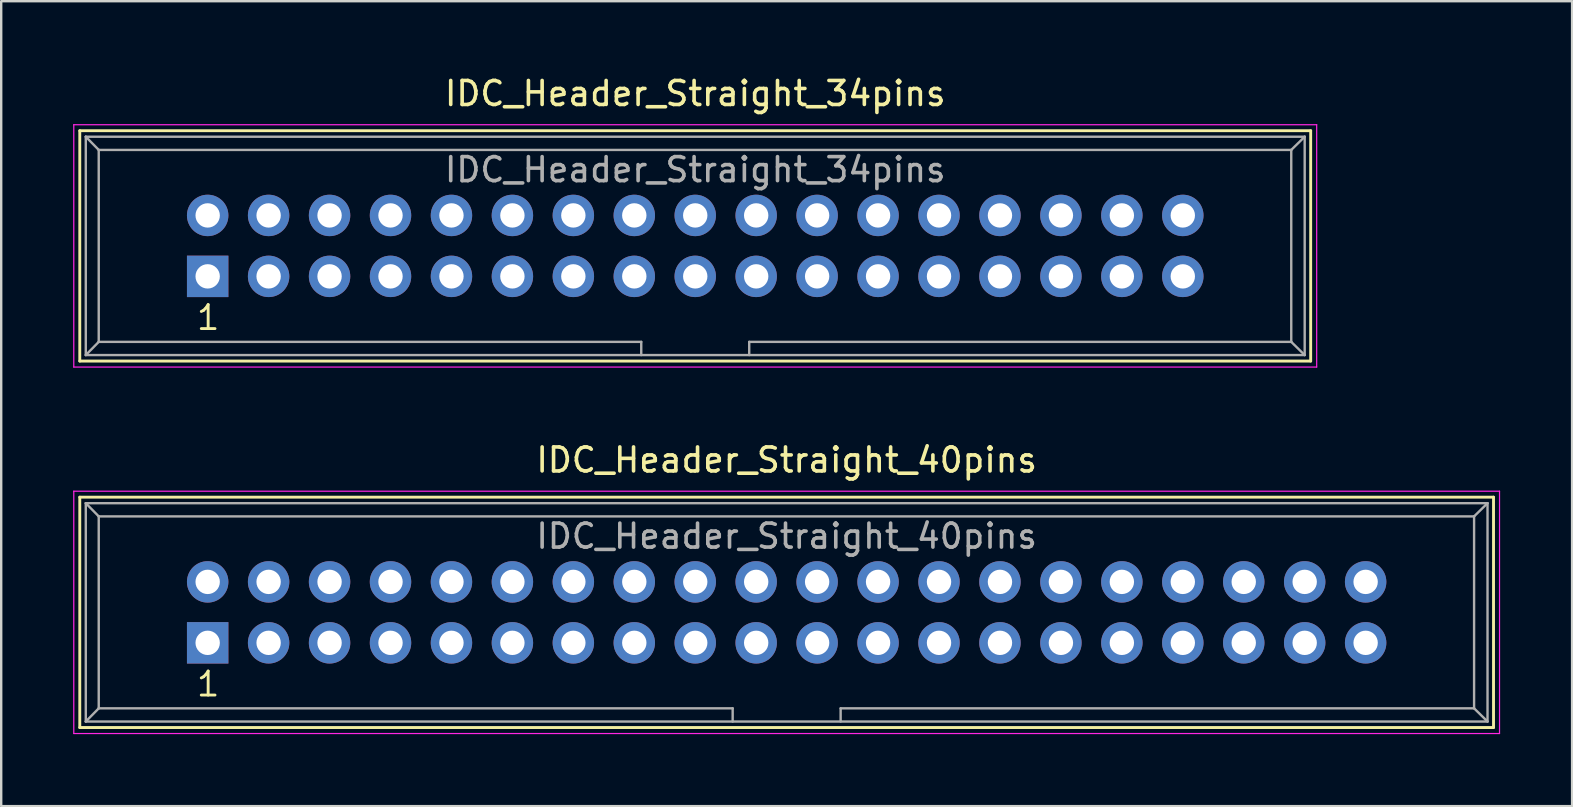
<source format=kicad_pcb>
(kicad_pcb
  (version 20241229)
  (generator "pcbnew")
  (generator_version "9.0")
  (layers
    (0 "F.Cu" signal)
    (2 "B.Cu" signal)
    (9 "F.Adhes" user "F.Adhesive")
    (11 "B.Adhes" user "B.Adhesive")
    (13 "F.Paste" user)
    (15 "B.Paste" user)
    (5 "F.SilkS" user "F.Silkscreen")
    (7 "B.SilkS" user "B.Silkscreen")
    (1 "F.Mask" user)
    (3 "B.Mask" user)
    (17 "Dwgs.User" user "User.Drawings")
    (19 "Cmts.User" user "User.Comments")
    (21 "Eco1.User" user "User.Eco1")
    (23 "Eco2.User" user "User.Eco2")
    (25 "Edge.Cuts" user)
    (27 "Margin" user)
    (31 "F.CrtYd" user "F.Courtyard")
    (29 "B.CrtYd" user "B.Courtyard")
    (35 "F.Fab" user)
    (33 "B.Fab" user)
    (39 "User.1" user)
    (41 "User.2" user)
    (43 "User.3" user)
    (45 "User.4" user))
  (footprint "IDC_Header_Straight_40pins"
    (layer "F.Cu")
    (at 5.605 23.741)
    (property "Reference" "IDC_Header_Straight_40pins" (at 24.13 -7.62 0) (layer "F.SilkS") (effects (font (size 1 1) (thickness 0.15))))
    (attr through_hole)
    (fp_line (start -5.33 -6.07) (end 53.59 -6.07) (stroke (width 0.12) (type solid)) (layer "F.SilkS"))
    (fp_line (start -5.33 3.53) (end -5.33 -6.07) (stroke (width 0.12) (type solid)) (layer "F.SilkS"))
    (fp_line (start 53.59 -6.07) (end 53.59 3.53) (stroke (width 0.12) (type solid)) (layer "F.SilkS"))
    (fp_line (start 53.59 3.53) (end -5.33 3.53) (stroke (width 0.12) (type solid)) (layer "F.SilkS"))
    (fp_line (start -5.58 -6.32) (end 53.84 -6.32) (stroke (width 0.05) (type solid)) (layer "F.CrtYd"))
    (fp_line (start -5.58 3.78) (end -5.58 -6.32) (stroke (width 0.05) (type solid)) (layer "F.CrtYd"))
    (fp_line (start 53.84 -6.32) (end 53.84 3.78) (stroke (width 0.05) (type solid)) (layer "F.CrtYd"))
    (fp_line (start 53.84 3.78) (end -5.58 3.78) (stroke (width 0.05) (type solid)) (layer "F.CrtYd"))
    (fp_line (start -5.08 -5.82) (end -5.08 3.28) (stroke (width 0.1) (type solid)) (layer "F.Fab"))
    (fp_line (start -5.08 -5.82) (end -4.54 -5.27) (stroke (width 0.1) (type solid)) (layer "F.Fab"))
    (fp_line (start -5.08 -5.82) (end 53.34 -5.82) (stroke (width 0.1) (type solid)) (layer "F.Fab"))
    (fp_line (start -5.08 3.28) (end -4.54 2.73) (stroke (width 0.1) (type solid)) (layer "F.Fab"))
    (fp_line (start -5.08 3.28) (end 53.34 3.28) (stroke (width 0.1) (type solid)) (layer "F.Fab"))
    (fp_line (start -4.54 -5.27) (end -4.54 2.73) (stroke (width 0.1) (type solid)) (layer "F.Fab"))
    (fp_line (start -4.54 -5.27) (end 52.78 -5.27) (stroke (width 0.1) (type solid)) (layer "F.Fab"))
    (fp_line (start -4.54 2.73) (end 21.88 2.73) (stroke (width 0.1) (type solid)) (layer "F.Fab"))
    (fp_line (start 21.88 2.73) (end 21.88 3.28) (stroke (width 0.1) (type solid)) (layer "F.Fab"))
    (fp_line (start 26.38 2.73) (end 26.38 3.28) (stroke (width 0.1) (type solid)) (layer "F.Fab"))
    (fp_line (start 26.38 2.73) (end 52.78 2.73) (stroke (width 0.1) (type solid)) (layer "F.Fab"))
    (fp_line (start 52.78 -5.27) (end 52.78 2.73) (stroke (width 0.1) (type solid)) (layer "F.Fab"))
    (fp_line (start 53.34 -5.82) (end 52.78 -5.27) (stroke (width 0.1) (type solid)) (layer "F.Fab"))
    (fp_line (start 53.34 -5.82) (end 53.34 3.28) (stroke (width 0.1) (type solid)) (layer "F.Fab"))
    (fp_line (start 53.34 3.28) (end 52.78 2.73) (stroke (width 0.1) (type solid)) (layer "F.Fab"))
    (fp_text user "1" (at 0.02 1.72 0) (layer "F.SilkS") (effects (font (size 1 1) (thickness 0.12))))
    (fp_text user "${REFERENCE}" (at 24.13 -4.445 0) (layer "F.Fab") (effects (font (size 1 1) (thickness 0.15))))
    (pad "1" thru_hole rect (at 0 0) (size 1.727 1.727) (drill 1.016) (layers "*.Cu" "*.Mask"))
    (pad "2" thru_hole oval (at 0 -2.54) (size 1.727 1.727) (drill 1.016) (layers "*.Cu" "*.Mask"))
    (pad "3" thru_hole oval (at 2.54 0) (size 1.727 1.727) (drill 1.016) (layers "*.Cu" "*.Mask"))
    (pad "4" thru_hole oval (at 2.54 -2.54) (size 1.727 1.727) (drill 1.016) (layers "*.Cu" "*.Mask"))
    (pad "5" thru_hole oval (at 5.08 0) (size 1.727 1.727) (drill 1.016) (layers "*.Cu" "*.Mask"))
    (pad "6" thru_hole oval (at 5.08 -2.54) (size 1.727 1.727) (drill 1.016) (layers "*.Cu" "*.Mask"))
    (pad "7" thru_hole oval (at 7.62 0) (size 1.727 1.727) (drill 1.016) (layers "*.Cu" "*.Mask"))
    (pad "8" thru_hole oval (at 7.62 -2.54) (size 1.727 1.727) (drill 1.016) (layers "*.Cu" "*.Mask"))
    (pad "9" thru_hole oval (at 10.16 0) (size 1.727 1.727) (drill 1.016) (layers "*.Cu" "*.Mask"))
    (pad "10" thru_hole oval (at 10.16 -2.54) (size 1.727 1.727) (drill 1.016) (layers "*.Cu" "*.Mask"))
    (pad "11" thru_hole oval (at 12.7 0) (size 1.727 1.727) (drill 1.016) (layers "*.Cu" "*.Mask"))
    (pad "12" thru_hole oval (at 12.7 -2.54) (size 1.727 1.727) (drill 1.016) (layers "*.Cu" "*.Mask"))
    (pad "13" thru_hole oval (at 15.24 0) (size 1.727 1.727) (drill 1.016) (layers "*.Cu" "*.Mask"))
    (pad "14" thru_hole oval (at 15.24 -2.54) (size 1.727 1.727) (drill 1.016) (layers "*.Cu" "*.Mask"))
    (pad "15" thru_hole oval (at 17.78 0) (size 1.727 1.727) (drill 1.016) (layers "*.Cu" "*.Mask"))
    (pad "16" thru_hole oval (at 17.78 -2.54) (size 1.727 1.727) (drill 1.016) (layers "*.Cu" "*.Mask"))
    (pad "17" thru_hole oval (at 20.32 0) (size 1.727 1.727) (drill 1.016) (layers "*.Cu" "*.Mask"))
    (pad "18" thru_hole oval (at 20.32 -2.54) (size 1.727 1.727) (drill 1.016) (layers "*.Cu" "*.Mask"))
    (pad "19" thru_hole oval (at 22.86 0) (size 1.727 1.727) (drill 1.016) (layers "*.Cu" "*.Mask"))
    (pad "20" thru_hole oval (at 22.86 -2.54) (size 1.727 1.727) (drill 1.016) (layers "*.Cu" "*.Mask"))
    (pad "21" thru_hole oval (at 25.4 0) (size 1.727 1.727) (drill 1.016) (layers "*.Cu" "*.Mask"))
    (pad "22" thru_hole oval (at 25.4 -2.54) (size 1.727 1.727) (drill 1.016) (layers "*.Cu" "*.Mask"))
    (pad "23" thru_hole oval (at 27.94 0) (size 1.727 1.727) (drill 1.016) (layers "*.Cu" "*.Mask"))
    (pad "24" thru_hole oval (at 27.94 -2.54) (size 1.727 1.727) (drill 1.016) (layers "*.Cu" "*.Mask"))
    (pad "25" thru_hole oval (at 30.48 0) (size 1.727 1.727) (drill 1.016) (layers "*.Cu" "*.Mask"))
    (pad "26" thru_hole oval (at 30.48 -2.54) (size 1.727 1.727) (drill 1.016) (layers "*.Cu" "*.Mask"))
    (pad "27" thru_hole oval (at 33.02 0) (size 1.727 1.727) (drill 1.016) (layers "*.Cu" "*.Mask"))
    (pad "28" thru_hole oval (at 33.02 -2.54) (size 1.727 1.727) (drill 1.016) (layers "*.Cu" "*.Mask"))
    (pad "29" thru_hole oval (at 35.56 0) (size 1.727 1.727) (drill 1.016) (layers "*.Cu" "*.Mask"))
    (pad "30" thru_hole oval (at 35.56 -2.54) (size 1.727 1.727) (drill 1.016) (layers "*.Cu" "*.Mask"))
    (pad "31" thru_hole oval (at 38.1 0) (size 1.727 1.727) (drill 1.016) (layers "*.Cu" "*.Mask"))
    (pad "32" thru_hole oval (at 38.1 -2.54) (size 1.727 1.727) (drill 1.016) (layers "*.Cu" "*.Mask"))
    (pad "33" thru_hole oval (at 40.64 0) (size 1.727 1.727) (drill 1.016) (layers "*.Cu" "*.Mask"))
    (pad "34" thru_hole oval (at 40.64 -2.54) (size 1.727 1.727) (drill 1.016) (layers "*.Cu" "*.Mask"))
    (pad "35" thru_hole oval (at 43.18 0) (size 1.727 1.727) (drill 1.016) (layers "*.Cu" "*.Mask"))
    (pad "36" thru_hole oval (at 43.18 -2.54) (size 1.727 1.727) (drill 1.016) (layers "*.Cu" "*.Mask"))
    (pad "37" thru_hole oval (at 45.72 0) (size 1.727 1.727) (drill 1.016) (layers "*.Cu" "*.Mask"))
    (pad "38" thru_hole oval (at 45.72 -2.54) (size 1.727 1.727) (drill 1.016) (layers "*.Cu" "*.Mask"))
    (pad "39" thru_hole oval (at 48.26 0) (size 1.727 1.727) (drill 1.016) (layers "*.Cu" "*.Mask"))
    (pad "40" thru_hole oval (at 48.26 -2.54) (size 1.727 1.727) (drill 1.016) (layers "*.Cu" "*.Mask")))
  (footprint "IDC_Header_Straight_34pins"
    (layer "F.Cu")
    (at 5.605 8.468)
    (property "Reference" "IDC_Header_Straight_34pins" (at 20.32 -7.62 0) (layer "F.SilkS") (effects (font (size 1 1) (thickness 0.15))))
    (attr through_hole)
    (fp_line (start -5.33 -6.07) (end 45.97 -6.07) (stroke (width 0.12) (type solid)) (layer "F.SilkS"))
    (fp_line (start -5.33 3.53) (end -5.33 -6.07) (stroke (width 0.12) (type solid)) (layer "F.SilkS"))
    (fp_line (start 45.97 -6.07) (end 45.97 3.53) (stroke (width 0.12) (type solid)) (layer "F.SilkS"))
    (fp_line (start 45.97 3.53) (end -5.33 3.53) (stroke (width 0.12) (type solid)) (layer "F.SilkS"))
    (fp_line (start -5.58 -6.32) (end 46.22 -6.32) (stroke (width 0.05) (type solid)) (layer "F.CrtYd"))
    (fp_line (start -5.58 3.78) (end -5.58 -6.32) (stroke (width 0.05) (type solid)) (layer "F.CrtYd"))
    (fp_line (start 46.22 -6.32) (end 46.22 3.78) (stroke (width 0.05) (type solid)) (layer "F.CrtYd"))
    (fp_line (start 46.22 3.78) (end -5.58 3.78) (stroke (width 0.05) (type solid)) (layer "F.CrtYd"))
    (fp_line (start -5.08 -5.82) (end -5.08 3.28) (stroke (width 0.1) (type solid)) (layer "F.Fab"))
    (fp_line (start -5.08 -5.82) (end -4.54 -5.27) (stroke (width 0.1) (type solid)) (layer "F.Fab"))
    (fp_line (start -5.08 -5.82) (end 45.72 -5.82) (stroke (width 0.1) (type solid)) (layer "F.Fab"))
    (fp_line (start -5.08 3.28) (end -4.54 2.73) (stroke (width 0.1) (type solid)) (layer "F.Fab"))
    (fp_line (start -5.08 3.28) (end 45.72 3.28) (stroke (width 0.1) (type solid)) (layer "F.Fab"))
    (fp_line (start -4.54 -5.27) (end -4.54 2.73) (stroke (width 0.1) (type solid)) (layer "F.Fab"))
    (fp_line (start -4.54 -5.27) (end 45.16 -5.27) (stroke (width 0.1) (type solid)) (layer "F.Fab"))
    (fp_line (start -4.54 2.73) (end 18.07 2.73) (stroke (width 0.1) (type solid)) (layer "F.Fab"))
    (fp_line (start 18.07 2.73) (end 18.07 3.28) (stroke (width 0.1) (type solid)) (layer "F.Fab"))
    (fp_line (start 22.57 2.73) (end 22.57 3.28) (stroke (width 0.1) (type solid)) (layer "F.Fab"))
    (fp_line (start 22.57 2.73) (end 45.16 2.73) (stroke (width 0.1) (type solid)) (layer "F.Fab"))
    (fp_line (start 45.16 -5.27) (end 45.16 2.73) (stroke (width 0.1) (type solid)) (layer "F.Fab"))
    (fp_line (start 45.72 -5.82) (end 45.16 -5.27) (stroke (width 0.1) (type solid)) (layer "F.Fab"))
    (fp_line (start 45.72 -5.82) (end 45.72 3.28) (stroke (width 0.1) (type solid)) (layer "F.Fab"))
    (fp_line (start 45.72 3.28) (end 45.16 2.73) (stroke (width 0.1) (type solid)) (layer "F.Fab"))
    (fp_text user "1" (at 0.02 1.72 0) (layer "F.SilkS") (effects (font (size 1 1) (thickness 0.12))))
    (fp_text user "${REFERENCE}" (at 20.32 -4.445 0) (layer "F.Fab") (effects (font (size 1 1) (thickness 0.15))))
    (pad "1" thru_hole rect (at 0 0) (size 1.727 1.727) (drill 1.016) (layers "*.Cu" "*.Mask"))
    (pad "2" thru_hole oval (at 0 -2.54) (size 1.727 1.727) (drill 1.016) (layers "*.Cu" "*.Mask"))
    (pad "3" thru_hole oval (at 2.54 0) (size 1.727 1.727) (drill 1.016) (layers "*.Cu" "*.Mask"))
    (pad "4" thru_hole oval (at 2.54 -2.54) (size 1.727 1.727) (drill 1.016) (layers "*.Cu" "*.Mask"))
    (pad "5" thru_hole oval (at 5.08 0) (size 1.727 1.727) (drill 1.016) (layers "*.Cu" "*.Mask"))
    (pad "6" thru_hole oval (at 5.08 -2.54) (size 1.727 1.727) (drill 1.016) (layers "*.Cu" "*.Mask"))
    (pad "7" thru_hole oval (at 7.62 0) (size 1.727 1.727) (drill 1.016) (layers "*.Cu" "*.Mask"))
    (pad "8" thru_hole oval (at 7.62 -2.54) (size 1.727 1.727) (drill 1.016) (layers "*.Cu" "*.Mask"))
    (pad "9" thru_hole oval (at 10.16 0) (size 1.727 1.727) (drill 1.016) (layers "*.Cu" "*.Mask"))
    (pad "10" thru_hole oval (at 10.16 -2.54) (size 1.727 1.727) (drill 1.016) (layers "*.Cu" "*.Mask"))
    (pad "11" thru_hole oval (at 12.7 0) (size 1.727 1.727) (drill 1.016) (layers "*.Cu" "*.Mask"))
    (pad "12" thru_hole oval (at 12.7 -2.54) (size 1.727 1.727) (drill 1.016) (layers "*.Cu" "*.Mask"))
    (pad "13" thru_hole oval (at 15.24 0) (size 1.727 1.727) (drill 1.016) (layers "*.Cu" "*.Mask"))
    (pad "14" thru_hole oval (at 15.24 -2.54) (size 1.727 1.727) (drill 1.016) (layers "*.Cu" "*.Mask"))
    (pad "15" thru_hole oval (at 17.78 0) (size 1.727 1.727) (drill 1.016) (layers "*.Cu" "*.Mask"))
    (pad "16" thru_hole oval (at 17.78 -2.54) (size 1.727 1.727) (drill 1.016) (layers "*.Cu" "*.Mask"))
    (pad "17" thru_hole oval (at 20.32 0) (size 1.727 1.727) (drill 1.016) (layers "*.Cu" "*.Mask"))
    (pad "18" thru_hole oval (at 20.32 -2.54) (size 1.727 1.727) (drill 1.016) (layers "*.Cu" "*.Mask"))
    (pad "19" thru_hole oval (at 22.86 0) (size 1.727 1.727) (drill 1.016) (layers "*.Cu" "*.Mask"))
    (pad "20" thru_hole oval (at 22.86 -2.54) (size 1.727 1.727) (drill 1.016) (layers "*.Cu" "*.Mask"))
    (pad "21" thru_hole oval (at 25.4 0) (size 1.727 1.727) (drill 1.016) (layers "*.Cu" "*.Mask"))
    (pad "22" thru_hole oval (at 25.4 -2.54) (size 1.727 1.727) (drill 1.016) (layers "*.Cu" "*.Mask"))
    (pad "23" thru_hole oval (at 27.94 0) (size 1.727 1.727) (drill 1.016) (layers "*.Cu" "*.Mask"))
    (pad "24" thru_hole oval (at 27.94 -2.54) (size 1.727 1.727) (drill 1.016) (layers "*.Cu" "*.Mask"))
    (pad "25" thru_hole oval (at 30.48 0) (size 1.727 1.727) (drill 1.016) (layers "*.Cu" "*.Mask"))
    (pad "26" thru_hole oval (at 30.48 -2.54) (size 1.727 1.727) (drill 1.016) (layers "*.Cu" "*.Mask"))
    (pad "27" thru_hole oval (at 33.02 0) (size 1.727 1.727) (drill 1.016) (layers "*.Cu" "*.Mask"))
    (pad "28" thru_hole oval (at 33.02 -2.54) (size 1.727 1.727) (drill 1.016) (layers "*.Cu" "*.Mask"))
    (pad "29" thru_hole oval (at 35.56 0) (size 1.727 1.727) (drill 1.016) (layers "*.Cu" "*.Mask"))
    (pad "30" thru_hole oval (at 35.56 -2.54) (size 1.727 1.727) (drill 1.016) (layers "*.Cu" "*.Mask"))
    (pad "31" thru_hole oval (at 38.1 0) (size 1.727 1.727) (drill 1.016) (layers "*.Cu" "*.Mask"))
    (pad "32" thru_hole oval (at 38.1 -2.54) (size 1.727 1.727) (drill 1.016) (layers "*.Cu" "*.Mask"))
    (pad "33" thru_hole oval (at 40.64 0) (size 1.727 1.727) (drill 1.016) (layers "*.Cu" "*.Mask"))
    (pad "34" thru_hole oval (at 40.64 -2.54) (size 1.727 1.727) (drill 1.016) (layers "*.Cu" "*.Mask")))
  (gr_rect
    (start -3 -3)
    (end 62.47 30.547)
    (stroke (width 0.1) (type default))
    (fill no)
    (layer "Edge.Cuts")))
</source>
